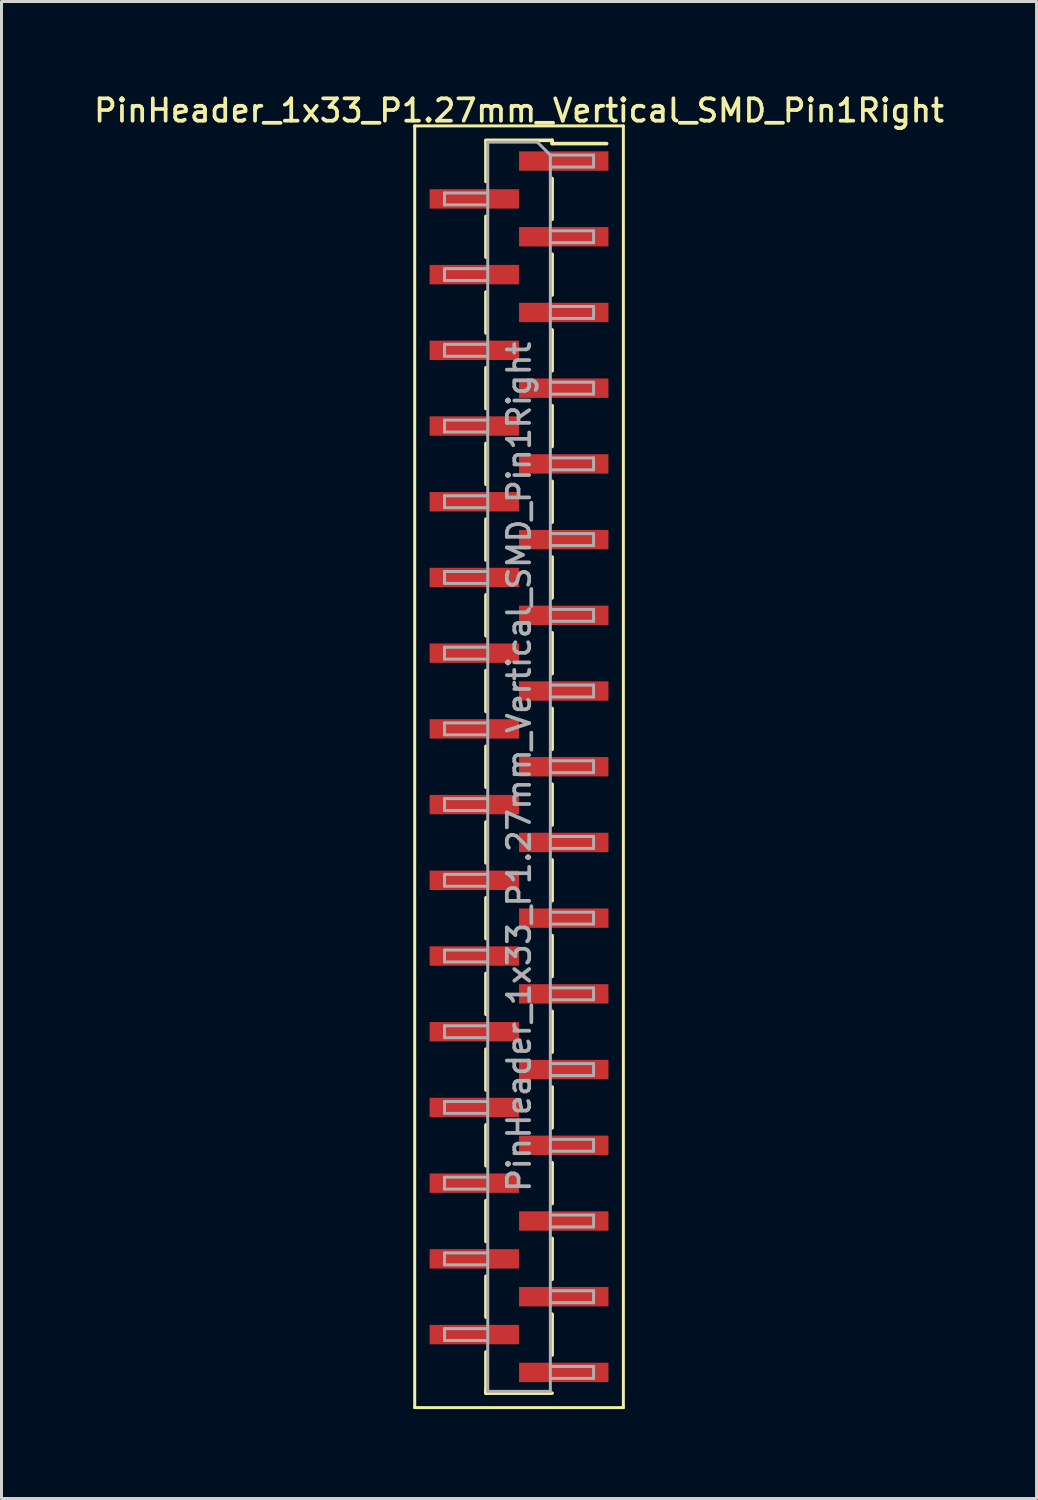
<source format=kicad_pcb>
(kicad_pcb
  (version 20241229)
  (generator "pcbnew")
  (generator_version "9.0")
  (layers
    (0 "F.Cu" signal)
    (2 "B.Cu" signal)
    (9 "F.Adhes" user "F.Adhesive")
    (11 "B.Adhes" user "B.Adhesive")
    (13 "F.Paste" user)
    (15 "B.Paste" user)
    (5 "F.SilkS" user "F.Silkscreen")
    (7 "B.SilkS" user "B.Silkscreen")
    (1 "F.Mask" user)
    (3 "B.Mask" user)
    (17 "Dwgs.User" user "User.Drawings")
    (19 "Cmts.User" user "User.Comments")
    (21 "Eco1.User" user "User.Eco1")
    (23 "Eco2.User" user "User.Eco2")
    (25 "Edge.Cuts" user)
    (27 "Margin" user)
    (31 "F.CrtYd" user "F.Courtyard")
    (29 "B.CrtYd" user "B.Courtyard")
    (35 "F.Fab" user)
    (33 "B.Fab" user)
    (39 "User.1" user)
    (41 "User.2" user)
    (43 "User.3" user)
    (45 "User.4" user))
  (footprint "PinHeader_1x33_P1.27mm_Vertical_SMD_Pin1Right"
    (layer "F.Cu")
    (at 14.363 22.673)
    (property "Reference" "PinHeader_1x33_P1.27mm_Vertical_SMD_Pin1Right" (at 0 -22.015 0) (layer "F.SilkS") (effects (font (size 0.75 0.75) (thickness 0.125))))
    (attr smd)
    (fp_line (start -3.5 -21.5) (end -3.5 21.5) (stroke (width 0.1) (type solid)) (layer "F.SilkS"))
    (fp_line (start -3.5 21.5) (end 3.5 21.5) (stroke (width 0.1) (type solid)) (layer "F.SilkS"))
    (fp_line (start -1.11 -21.015) (end 1.11 -21.015) (stroke (width 0.12) (type solid)) (layer "F.SilkS"))
    (fp_line (start -1.11 -21.005) (end -1.11 -19.635) (stroke (width 0.12) (type solid)) (layer "F.SilkS"))
    (fp_line (start -1.11 -18.465) (end -1.11 -17.095) (stroke (width 0.12) (type solid)) (layer "F.SilkS"))
    (fp_line (start -1.11 -15.925) (end -1.11 -14.555) (stroke (width 0.12) (type solid)) (layer "F.SilkS"))
    (fp_line (start -1.11 -13.385) (end -1.11 -12.015) (stroke (width 0.12) (type solid)) (layer "F.SilkS"))
    (fp_line (start -1.11 -10.845) (end -1.11 -9.475) (stroke (width 0.12) (type solid)) (layer "F.SilkS"))
    (fp_line (start -1.11 -8.305) (end -1.11 -6.935) (stroke (width 0.12) (type solid)) (layer "F.SilkS"))
    (fp_line (start -1.11 -5.765) (end -1.11 -4.395) (stroke (width 0.12) (type solid)) (layer "F.SilkS"))
    (fp_line (start -1.11 -3.225) (end -1.11 -1.855) (stroke (width 0.12) (type solid)) (layer "F.SilkS"))
    (fp_line (start -1.11 -0.685) (end -1.11 0.685) (stroke (width 0.12) (type solid)) (layer "F.SilkS"))
    (fp_line (start -1.11 1.855) (end -1.11 3.225) (stroke (width 0.12) (type solid)) (layer "F.SilkS"))
    (fp_line (start -1.11 4.395) (end -1.11 5.765) (stroke (width 0.12) (type solid)) (layer "F.SilkS"))
    (fp_line (start -1.11 6.935) (end -1.11 8.305) (stroke (width 0.12) (type solid)) (layer "F.SilkS"))
    (fp_line (start -1.11 9.475) (end -1.11 10.845) (stroke (width 0.12) (type solid)) (layer "F.SilkS"))
    (fp_line (start -1.11 12.015) (end -1.11 13.385) (stroke (width 0.12) (type solid)) (layer "F.SilkS"))
    (fp_line (start -1.11 14.555) (end -1.11 15.925) (stroke (width 0.12) (type solid)) (layer "F.SilkS"))
    (fp_line (start -1.11 17.095) (end -1.11 18.465) (stroke (width 0.12) (type solid)) (layer "F.SilkS"))
    (fp_line (start -1.11 19.635) (end -1.11 21.005) (stroke (width 0.12) (type solid)) (layer "F.SilkS"))
    (fp_line (start -1.11 20.905) (end -1.11 21.015) (stroke (width 0.12) (type solid)) (layer "F.SilkS"))
    (fp_line (start -1.11 21.015) (end 1.11 21.015) (stroke (width 0.12) (type solid)) (layer "F.SilkS"))
    (fp_line (start 1.11 -21.015) (end 1.11 -20.905) (stroke (width 0.12) (type solid)) (layer "F.SilkS"))
    (fp_line (start 1.11 -20.905) (end 2.94 -20.905) (stroke (width 0.12) (type solid)) (layer "F.SilkS"))
    (fp_line (start 1.11 -19.735) (end 1.11 -18.365) (stroke (width 0.12) (type solid)) (layer "F.SilkS"))
    (fp_line (start 1.11 -17.195) (end 1.11 -15.825) (stroke (width 0.12) (type solid)) (layer "F.SilkS"))
    (fp_line (start 1.11 -14.655) (end 1.11 -13.285) (stroke (width 0.12) (type solid)) (layer "F.SilkS"))
    (fp_line (start 1.11 -12.115) (end 1.11 -10.745) (stroke (width 0.12) (type solid)) (layer "F.SilkS"))
    (fp_line (start 1.11 -9.575) (end 1.11 -8.205) (stroke (width 0.12) (type solid)) (layer "F.SilkS"))
    (fp_line (start 1.11 -7.035) (end 1.11 -5.665) (stroke (width 0.12) (type solid)) (layer "F.SilkS"))
    (fp_line (start 1.11 -4.495) (end 1.11 -3.125) (stroke (width 0.12) (type solid)) (layer "F.SilkS"))
    (fp_line (start 1.11 -1.955) (end 1.11 -0.585) (stroke (width 0.12) (type solid)) (layer "F.SilkS"))
    (fp_line (start 1.11 0.585) (end 1.11 1.955) (stroke (width 0.12) (type solid)) (layer "F.SilkS"))
    (fp_line (start 1.11 3.125) (end 1.11 4.495) (stroke (width 0.12) (type solid)) (layer "F.SilkS"))
    (fp_line (start 1.11 5.665) (end 1.11 7.035) (stroke (width 0.12) (type solid)) (layer "F.SilkS"))
    (fp_line (start 1.11 8.205) (end 1.11 9.575) (stroke (width 0.12) (type solid)) (layer "F.SilkS"))
    (fp_line (start 1.11 10.745) (end 1.11 12.115) (stroke (width 0.12) (type solid)) (layer "F.SilkS"))
    (fp_line (start 1.11 13.285) (end 1.11 14.655) (stroke (width 0.12) (type solid)) (layer "F.SilkS"))
    (fp_line (start 1.11 15.825) (end 1.11 17.195) (stroke (width 0.12) (type solid)) (layer "F.SilkS"))
    (fp_line (start 1.11 18.365) (end 1.11 19.735) (stroke (width 0.12) (type solid)) (layer "F.SilkS"))
    (fp_line (start 3.5 -21.5) (end -3.5 -21.5) (stroke (width 0.1) (type solid)) (layer "F.SilkS"))
    (fp_line (start 3.5 21.5) (end 3.5 -21.5) (stroke (width 0.1) (type solid)) (layer "F.SilkS"))
    (fp_line (start -2.5 -19.25) (end -2.5 -18.85) (stroke (width 0.1) (type solid)) (layer "F.Fab"))
    (fp_line (start -2.5 -18.85) (end -1.05 -18.85) (stroke (width 0.1) (type solid)) (layer "F.Fab"))
    (fp_line (start -2.5 -16.71) (end -2.5 -16.31) (stroke (width 0.1) (type solid)) (layer "F.Fab"))
    (fp_line (start -2.5 -16.31) (end -1.05 -16.31) (stroke (width 0.1) (type solid)) (layer "F.Fab"))
    (fp_line (start -2.5 -14.17) (end -2.5 -13.77) (stroke (width 0.1) (type solid)) (layer "F.Fab"))
    (fp_line (start -2.5 -13.77) (end -1.05 -13.77) (stroke (width 0.1) (type solid)) (layer "F.Fab"))
    (fp_line (start -2.5 -11.63) (end -2.5 -11.23) (stroke (width 0.1) (type solid)) (layer "F.Fab"))
    (fp_line (start -2.5 -11.23) (end -1.05 -11.23) (stroke (width 0.1) (type solid)) (layer "F.Fab"))
    (fp_line (start -2.5 -9.09) (end -2.5 -8.69) (stroke (width 0.1) (type solid)) (layer "F.Fab"))
    (fp_line (start -2.5 -8.69) (end -1.05 -8.69) (stroke (width 0.1) (type solid)) (layer "F.Fab"))
    (fp_line (start -2.5 -6.55) (end -2.5 -6.15) (stroke (width 0.1) (type solid)) (layer "F.Fab"))
    (fp_line (start -2.5 -6.15) (end -1.05 -6.15) (stroke (width 0.1) (type solid)) (layer "F.Fab"))
    (fp_line (start -2.5 -4.01) (end -2.5 -3.61) (stroke (width 0.1) (type solid)) (layer "F.Fab"))
    (fp_line (start -2.5 -3.61) (end -1.05 -3.61) (stroke (width 0.1) (type solid)) (layer "F.Fab"))
    (fp_line (start -2.5 -1.47) (end -2.5 -1.07) (stroke (width 0.1) (type solid)) (layer "F.Fab"))
    (fp_line (start -2.5 -1.07) (end -1.05 -1.07) (stroke (width 0.1) (type solid)) (layer "F.Fab"))
    (fp_line (start -2.5 1.07) (end -2.5 1.47) (stroke (width 0.1) (type solid)) (layer "F.Fab"))
    (fp_line (start -2.5 1.47) (end -1.05 1.47) (stroke (width 0.1) (type solid)) (layer "F.Fab"))
    (fp_line (start -2.5 3.61) (end -2.5 4.01) (stroke (width 0.1) (type solid)) (layer "F.Fab"))
    (fp_line (start -2.5 4.01) (end -1.05 4.01) (stroke (width 0.1) (type solid)) (layer "F.Fab"))
    (fp_line (start -2.5 6.15) (end -2.5 6.55) (stroke (width 0.1) (type solid)) (layer "F.Fab"))
    (fp_line (start -2.5 6.55) (end -1.05 6.55) (stroke (width 0.1) (type solid)) (layer "F.Fab"))
    (fp_line (start -2.5 8.69) (end -2.5 9.09) (stroke (width 0.1) (type solid)) (layer "F.Fab"))
    (fp_line (start -2.5 9.09) (end -1.05 9.09) (stroke (width 0.1) (type solid)) (layer "F.Fab"))
    (fp_line (start -2.5 11.23) (end -2.5 11.63) (stroke (width 0.1) (type solid)) (layer "F.Fab"))
    (fp_line (start -2.5 11.63) (end -1.05 11.63) (stroke (width 0.1) (type solid)) (layer "F.Fab"))
    (fp_line (start -2.5 13.77) (end -2.5 14.17) (stroke (width 0.1) (type solid)) (layer "F.Fab"))
    (fp_line (start -2.5 14.17) (end -1.05 14.17) (stroke (width 0.1) (type solid)) (layer "F.Fab"))
    (fp_line (start -2.5 16.31) (end -2.5 16.71) (stroke (width 0.1) (type solid)) (layer "F.Fab"))
    (fp_line (start -2.5 16.71) (end -1.05 16.71) (stroke (width 0.1) (type solid)) (layer "F.Fab"))
    (fp_line (start -2.5 18.85) (end -2.5 19.25) (stroke (width 0.1) (type solid)) (layer "F.Fab"))
    (fp_line (start -2.5 19.25) (end -1.05 19.25) (stroke (width 0.1) (type solid)) (layer "F.Fab"))
    (fp_line (start -1.05 -20.955) (end -1.05 20.955) (stroke (width 0.1) (type solid)) (layer "F.Fab"))
    (fp_line (start -1.05 -20.955) (end 0.615 -20.955) (stroke (width 0.1) (type solid)) (layer "F.Fab"))
    (fp_line (start -1.05 -19.25) (end -2.5 -19.25) (stroke (width 0.1) (type solid)) (layer "F.Fab"))
    (fp_line (start -1.05 -16.71) (end -2.5 -16.71) (stroke (width 0.1) (type solid)) (layer "F.Fab"))
    (fp_line (start -1.05 -14.17) (end -2.5 -14.17) (stroke (width 0.1) (type solid)) (layer "F.Fab"))
    (fp_line (start -1.05 -11.63) (end -2.5 -11.63) (stroke (width 0.1) (type solid)) (layer "F.Fab"))
    (fp_line (start -1.05 -9.09) (end -2.5 -9.09) (stroke (width 0.1) (type solid)) (layer "F.Fab"))
    (fp_line (start -1.05 -6.55) (end -2.5 -6.55) (stroke (width 0.1) (type solid)) (layer "F.Fab"))
    (fp_line (start -1.05 -4.01) (end -2.5 -4.01) (stroke (width 0.1) (type solid)) (layer "F.Fab"))
    (fp_line (start -1.05 -1.47) (end -2.5 -1.47) (stroke (width 0.1) (type solid)) (layer "F.Fab"))
    (fp_line (start -1.05 1.07) (end -2.5 1.07) (stroke (width 0.1) (type solid)) (layer "F.Fab"))
    (fp_line (start -1.05 3.61) (end -2.5 3.61) (stroke (width 0.1) (type solid)) (layer "F.Fab"))
    (fp_line (start -1.05 6.15) (end -2.5 6.15) (stroke (width 0.1) (type solid)) (layer "F.Fab"))
    (fp_line (start -1.05 8.69) (end -2.5 8.69) (stroke (width 0.1) (type solid)) (layer "F.Fab"))
    (fp_line (start -1.05 11.23) (end -2.5 11.23) (stroke (width 0.1) (type solid)) (layer "F.Fab"))
    (fp_line (start -1.05 13.77) (end -2.5 13.77) (stroke (width 0.1) (type solid)) (layer "F.Fab"))
    (fp_line (start -1.05 16.31) (end -2.5 16.31) (stroke (width 0.1) (type solid)) (layer "F.Fab"))
    (fp_line (start -1.05 18.85) (end -2.5 18.85) (stroke (width 0.1) (type solid)) (layer "F.Fab"))
    (fp_line (start 1.05 -20.52) (end 0.615 -20.955) (stroke (width 0.1) (type solid)) (layer "F.Fab"))
    (fp_line (start 1.05 -20.52) (end 2.5 -20.52) (stroke (width 0.1) (type solid)) (layer "F.Fab"))
    (fp_line (start 1.05 -17.98) (end 2.5 -17.98) (stroke (width 0.1) (type solid)) (layer "F.Fab"))
    (fp_line (start 1.05 -15.44) (end 2.5 -15.44) (stroke (width 0.1) (type solid)) (layer "F.Fab"))
    (fp_line (start 1.05 -12.9) (end 2.5 -12.9) (stroke (width 0.1) (type solid)) (layer "F.Fab"))
    (fp_line (start 1.05 -10.36) (end 2.5 -10.36) (stroke (width 0.1) (type solid)) (layer "F.Fab"))
    (fp_line (start 1.05 -7.82) (end 2.5 -7.82) (stroke (width 0.1) (type solid)) (layer "F.Fab"))
    (fp_line (start 1.05 -5.28) (end 2.5 -5.28) (stroke (width 0.1) (type solid)) (layer "F.Fab"))
    (fp_line (start 1.05 -2.74) (end 2.5 -2.74) (stroke (width 0.1) (type solid)) (layer "F.Fab"))
    (fp_line (start 1.05 -0.2) (end 2.5 -0.2) (stroke (width 0.1) (type solid)) (layer "F.Fab"))
    (fp_line (start 1.05 2.34) (end 2.5 2.34) (stroke (width 0.1) (type solid)) (layer "F.Fab"))
    (fp_line (start 1.05 4.88) (end 2.5 4.88) (stroke (width 0.1) (type solid)) (layer "F.Fab"))
    (fp_line (start 1.05 7.42) (end 2.5 7.42) (stroke (width 0.1) (type solid)) (layer "F.Fab"))
    (fp_line (start 1.05 9.96) (end 2.5 9.96) (stroke (width 0.1) (type solid)) (layer "F.Fab"))
    (fp_line (start 1.05 12.5) (end 2.5 12.5) (stroke (width 0.1) (type solid)) (layer "F.Fab"))
    (fp_line (start 1.05 15.04) (end 2.5 15.04) (stroke (width 0.1) (type solid)) (layer "F.Fab"))
    (fp_line (start 1.05 17.58) (end 2.5 17.58) (stroke (width 0.1) (type solid)) (layer "F.Fab"))
    (fp_line (start 1.05 20.12) (end 2.5 20.12) (stroke (width 0.1) (type solid)) (layer "F.Fab"))
    (fp_line (start 1.05 20.955) (end -1.05 20.955) (stroke (width 0.1) (type solid)) (layer "F.Fab"))
    (fp_line (start 1.05 20.955) (end 1.05 -20.52) (stroke (width 0.1) (type solid)) (layer "F.Fab"))
    (fp_line (start 2.5 -20.52) (end 2.5 -20.12) (stroke (width 0.1) (type solid)) (layer "F.Fab"))
    (fp_line (start 2.5 -20.12) (end 1.05 -20.12) (stroke (width 0.1) (type solid)) (layer "F.Fab"))
    (fp_line (start 2.5 -17.98) (end 2.5 -17.58) (stroke (width 0.1) (type solid)) (layer "F.Fab"))
    (fp_line (start 2.5 -17.58) (end 1.05 -17.58) (stroke (width 0.1) (type solid)) (layer "F.Fab"))
    (fp_line (start 2.5 -15.44) (end 2.5 -15.04) (stroke (width 0.1) (type solid)) (layer "F.Fab"))
    (fp_line (start 2.5 -15.04) (end 1.05 -15.04) (stroke (width 0.1) (type solid)) (layer "F.Fab"))
    (fp_line (start 2.5 -12.9) (end 2.5 -12.5) (stroke (width 0.1) (type solid)) (layer "F.Fab"))
    (fp_line (start 2.5 -12.5) (end 1.05 -12.5) (stroke (width 0.1) (type solid)) (layer "F.Fab"))
    (fp_line (start 2.5 -10.36) (end 2.5 -9.96) (stroke (width 0.1) (type solid)) (layer "F.Fab"))
    (fp_line (start 2.5 -9.96) (end 1.05 -9.96) (stroke (width 0.1) (type solid)) (layer "F.Fab"))
    (fp_line (start 2.5 -7.82) (end 2.5 -7.42) (stroke (width 0.1) (type solid)) (layer "F.Fab"))
    (fp_line (start 2.5 -7.42) (end 1.05 -7.42) (stroke (width 0.1) (type solid)) (layer "F.Fab"))
    (fp_line (start 2.5 -5.28) (end 2.5 -4.88) (stroke (width 0.1) (type solid)) (layer "F.Fab"))
    (fp_line (start 2.5 -4.88) (end 1.05 -4.88) (stroke (width 0.1) (type solid)) (layer "F.Fab"))
    (fp_line (start 2.5 -2.74) (end 2.5 -2.34) (stroke (width 0.1) (type solid)) (layer "F.Fab"))
    (fp_line (start 2.5 -2.34) (end 1.05 -2.34) (stroke (width 0.1) (type solid)) (layer "F.Fab"))
    (fp_line (start 2.5 -0.2) (end 2.5 0.2) (stroke (width 0.1) (type solid)) (layer "F.Fab"))
    (fp_line (start 2.5 0.2) (end 1.05 0.2) (stroke (width 0.1) (type solid)) (layer "F.Fab"))
    (fp_line (start 2.5 2.34) (end 2.5 2.74) (stroke (width 0.1) (type solid)) (layer "F.Fab"))
    (fp_line (start 2.5 2.74) (end 1.05 2.74) (stroke (width 0.1) (type solid)) (layer "F.Fab"))
    (fp_line (start 2.5 4.88) (end 2.5 5.28) (stroke (width 0.1) (type solid)) (layer "F.Fab"))
    (fp_line (start 2.5 5.28) (end 1.05 5.28) (stroke (width 0.1) (type solid)) (layer "F.Fab"))
    (fp_line (start 2.5 7.42) (end 2.5 7.82) (stroke (width 0.1) (type solid)) (layer "F.Fab"))
    (fp_line (start 2.5 7.82) (end 1.05 7.82) (stroke (width 0.1) (type solid)) (layer "F.Fab"))
    (fp_line (start 2.5 9.96) (end 2.5 10.36) (stroke (width 0.1) (type solid)) (layer "F.Fab"))
    (fp_line (start 2.5 10.36) (end 1.05 10.36) (stroke (width 0.1) (type solid)) (layer "F.Fab"))
    (fp_line (start 2.5 12.5) (end 2.5 12.9) (stroke (width 0.1) (type solid)) (layer "F.Fab"))
    (fp_line (start 2.5 12.9) (end 1.05 12.9) (stroke (width 0.1) (type solid)) (layer "F.Fab"))
    (fp_line (start 2.5 15.04) (end 2.5 15.44) (stroke (width 0.1) (type solid)) (layer "F.Fab"))
    (fp_line (start 2.5 15.44) (end 1.05 15.44) (stroke (width 0.1) (type solid)) (layer "F.Fab"))
    (fp_line (start 2.5 17.58) (end 2.5 17.98) (stroke (width 0.1) (type solid)) (layer "F.Fab"))
    (fp_line (start 2.5 17.98) (end 1.05 17.98) (stroke (width 0.1) (type solid)) (layer "F.Fab"))
    (fp_line (start 2.5 20.12) (end 2.5 20.52) (stroke (width 0.1) (type solid)) (layer "F.Fab"))
    (fp_line (start 2.5 20.52) (end 1.05 20.52) (stroke (width 0.1) (type solid)) (layer "F.Fab"))
    (fp_text user "${REFERENCE}" (at 0 0 90) (layer "F.Fab") (effects (font (size 0.75 0.75) (thickness 0.125))))
    (pad "1" smd rect (at 1.5 -20.32) (size 3 0.65) (layers "F.Cu" "F.Mask" "F.Paste"))
    (pad "2" smd rect (at -1.5 -19.05) (size 3 0.65) (layers "F.Cu" "F.Mask" "F.Paste"))
    (pad "3" smd rect (at 1.5 -17.78) (size 3 0.65) (layers "F.Cu" "F.Mask" "F.Paste"))
    (pad "4" smd rect (at -1.5 -16.51) (size 3 0.65) (layers "F.Cu" "F.Mask" "F.Paste"))
    (pad "5" smd rect (at 1.5 -15.24) (size 3 0.65) (layers "F.Cu" "F.Mask" "F.Paste"))
    (pad "6" smd rect (at -1.5 -13.97) (size 3 0.65) (layers "F.Cu" "F.Mask" "F.Paste"))
    (pad "7" smd rect (at 1.5 -12.7) (size 3 0.65) (layers "F.Cu" "F.Mask" "F.Paste"))
    (pad "8" smd rect (at -1.5 -11.43) (size 3 0.65) (layers "F.Cu" "F.Mask" "F.Paste"))
    (pad "9" smd rect (at 1.5 -10.16) (size 3 0.65) (layers "F.Cu" "F.Mask" "F.Paste"))
    (pad "10" smd rect (at -1.5 -8.89) (size 3 0.65) (layers "F.Cu" "F.Mask" "F.Paste"))
    (pad "11" smd rect (at 1.5 -7.62) (size 3 0.65) (layers "F.Cu" "F.Mask" "F.Paste"))
    (pad "12" smd rect (at -1.5 -6.35) (size 3 0.65) (layers "F.Cu" "F.Mask" "F.Paste"))
    (pad "13" smd rect (at 1.5 -5.08) (size 3 0.65) (layers "F.Cu" "F.Mask" "F.Paste"))
    (pad "14" smd rect (at -1.5 -3.81) (size 3 0.65) (layers "F.Cu" "F.Mask" "F.Paste"))
    (pad "15" smd rect (at 1.5 -2.54) (size 3 0.65) (layers "F.Cu" "F.Mask" "F.Paste"))
    (pad "16" smd rect (at -1.5 -1.27) (size 3 0.65) (layers "F.Cu" "F.Mask" "F.Paste"))
    (pad "17" smd rect (at 1.5 0) (size 3 0.65) (layers "F.Cu" "F.Mask" "F.Paste"))
    (pad "18" smd rect (at -1.5 1.27) (size 3 0.65) (layers "F.Cu" "F.Mask" "F.Paste"))
    (pad "19" smd rect (at 1.5 2.54) (size 3 0.65) (layers "F.Cu" "F.Mask" "F.Paste"))
    (pad "20" smd rect (at -1.5 3.81) (size 3 0.65) (layers "F.Cu" "F.Mask" "F.Paste"))
    (pad "21" smd rect (at 1.5 5.08) (size 3 0.65) (layers "F.Cu" "F.Mask" "F.Paste"))
    (pad "22" smd rect (at -1.5 6.35) (size 3 0.65) (layers "F.Cu" "F.Mask" "F.Paste"))
    (pad "23" smd rect (at 1.5 7.62) (size 3 0.65) (layers "F.Cu" "F.Mask" "F.Paste"))
    (pad "24" smd rect (at -1.5 8.89) (size 3 0.65) (layers "F.Cu" "F.Mask" "F.Paste"))
    (pad "25" smd rect (at 1.5 10.16) (size 3 0.65) (layers "F.Cu" "F.Mask" "F.Paste"))
    (pad "26" smd rect (at -1.5 11.43) (size 3 0.65) (layers "F.Cu" "F.Mask" "F.Paste"))
    (pad "27" smd rect (at 1.5 12.7) (size 3 0.65) (layers "F.Cu" "F.Mask" "F.Paste"))
    (pad "28" smd rect (at -1.5 13.97) (size 3 0.65) (layers "F.Cu" "F.Mask" "F.Paste"))
    (pad "29" smd rect (at 1.5 15.24) (size 3 0.65) (layers "F.Cu" "F.Mask" "F.Paste"))
    (pad "30" smd rect (at -1.5 16.51) (size 3 0.65) (layers "F.Cu" "F.Mask" "F.Paste"))
    (pad "31" smd rect (at 1.5 17.78) (size 3 0.65) (layers "F.Cu" "F.Mask" "F.Paste"))
    (pad "32" smd rect (at -1.5 19.05) (size 3 0.65) (layers "F.Cu" "F.Mask" "F.Paste"))
    (pad "33" smd rect (at 1.5 20.32) (size 3 0.65) (layers "F.Cu" "F.Mask" "F.Paste")))
  (gr_rect
    (start -3 -3)
    (end 31.725 47.223)
    (stroke (width 0.1) (type default))
    (fill no)
    (layer "Edge.Cuts")))
</source>
